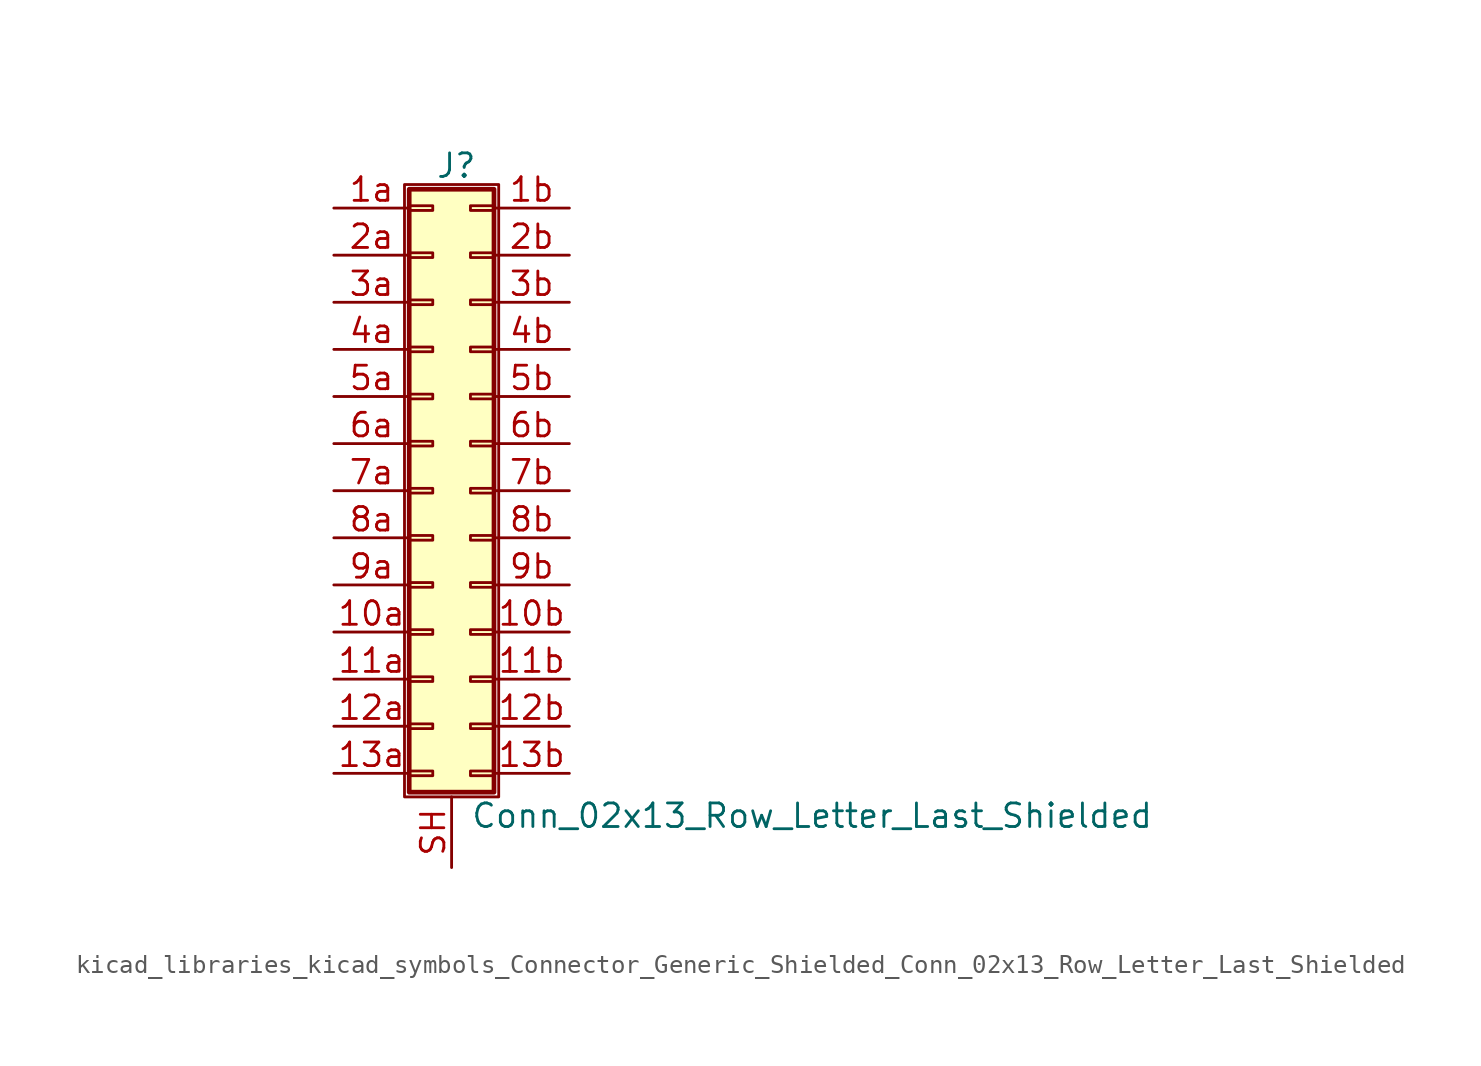
<source format=kicad_sym>
(kicad_symbol_lib
  (version 20220914)
  (generator kicad_symbol_editor)
  (symbol "kicad_libraries_kicad_symbols_Connector_Generic_Shielded_Conn_02x13_Row_Letter_Last_Shielded"
    (pin_names
      (offset 1.016) hide)
    (property "Reference" "J"
      (at 1.524 17.526 0)
      (effects (font (size 1.27 1.27))))
    (property "Value" "Conn_02x13_Row_Letter_Last_Shielded"
      (at 2.286 -17.526 0)
      (effects (font (size 1.27 1.27)) (justify left)))
    (symbol "kicad_libraries_kicad_symbols_Connector_Generic_Shielded_Conn_02x13_Row_Letter_Last_Shielded_1_1"
      (rectangle (start -1.27 16.51) (end 3.81 -16.51) (stroke (width 0.152) (type default)) (fill (type none)))
      (rectangle (start -1.016 -15.113) (end 0.254 -15.367) (stroke (width 0.152) (type default)) (fill (type none)))
      (rectangle (start -1.016 -12.573) (end 0.254 -12.827) (stroke (width 0.152) (type default)) (fill (type none)))
      (rectangle (start -1.016 -10.033) (end 0.254 -10.287) (stroke (width 0.152) (type default)) (fill (type none)))
      (rectangle (start -1.016 -7.493) (end 0.254 -7.747) (stroke (width 0.152) (type default)) (fill (type none)))
      (rectangle (start -1.016 -4.953) (end 0.254 -5.207) (stroke (width 0.152) (type default)) (fill (type none)))
      (rectangle (start -1.016 -2.413) (end 0.254 -2.667) (stroke (width 0.152) (type default)) (fill (type none)))
      (rectangle (start -1.016 0.127) (end 0.254 -0.127) (stroke (width 0.152) (type default)) (fill (type none)))
      (rectangle (start -1.016 2.667) (end 0.254 2.413) (stroke (width 0.152) (type default)) (fill (type none)))
      (rectangle (start -1.016 5.207) (end 0.254 4.953) (stroke (width 0.152) (type default)) (fill (type none)))
      (rectangle (start -1.016 7.747) (end 0.254 7.493) (stroke (width 0.152) (type default)) (fill (type none)))
      (rectangle (start -1.016 10.287) (end 0.254 10.033) (stroke (width 0.152) (type default)) (fill (type none)))
      (rectangle (start -1.016 12.827) (end 0.254 12.573) (stroke (width 0.152) (type default)) (fill (type none)))
      (rectangle (start -1.016 15.367) (end 0.254 15.113) (stroke (width 0.152) (type default)) (fill (type none)))
      (rectangle (start -1.016 16.256) (end 3.556 -16.256) (stroke (width 0.254) (type default)) (fill (type background)))
      (rectangle (start 3.556 -15.113) (end 2.286 -15.367) (stroke (width 0.152) (type default)) (fill (type none)))
      (rectangle (start 3.556 -12.573) (end 2.286 -12.827) (stroke (width 0.152) (type default)) (fill (type none)))
      (rectangle (start 3.556 -10.033) (end 2.286 -10.287) (stroke (width 0.152) (type default)) (fill (type none)))
      (rectangle (start 3.556 -7.493) (end 2.286 -7.747) (stroke (width 0.152) (type default)) (fill (type none)))
      (rectangle (start 3.556 -4.953) (end 2.286 -5.207) (stroke (width 0.152) (type default)) (fill (type none)))
      (rectangle (start 3.556 -2.413) (end 2.286 -2.667) (stroke (width 0.152) (type default)) (fill (type none)))
      (rectangle (start 3.556 0.127) (end 2.286 -0.127) (stroke (width 0.152) (type default)) (fill (type none)))
      (rectangle (start 3.556 2.667) (end 2.286 2.413) (stroke (width 0.152) (type default)) (fill (type none)))
      (rectangle (start 3.556 5.207) (end 2.286 4.953) (stroke (width 0.152) (type default)) (fill (type none)))
      (rectangle (start 3.556 7.747) (end 2.286 7.493) (stroke (width 0.152) (type default)) (fill (type none)))
      (rectangle (start 3.556 10.287) (end 2.286 10.033) (stroke (width 0.152) (type default)) (fill (type none)))
      (rectangle (start 3.556 12.827) (end 2.286 12.573) (stroke (width 0.152) (type default)) (fill (type none)))
      (rectangle (start 3.556 15.367) (end 2.286 15.113) (stroke (width 0.152) (type default)) (fill (type none)))
      (pin passive line (at -5.08 -7.62 0) (length 4.064) (name "Pin_10a" (effects (font (size 1.27 1.27)))) (number "10a" (effects (font (size 1.27 1.27)))))
      (pin passive line (at 7.62 -7.62 180) (length 4.064) (name "Pin_10b" (effects (font (size 1.27 1.27)))) (number "10b" (effects (font (size 1.27 1.27)))))
      (pin passive line (at -5.08 -10.16 0) (length 4.064) (name "Pin_11a" (effects (font (size 1.27 1.27)))) (number "11a" (effects (font (size 1.27 1.27)))))
      (pin passive line (at 7.62 -10.16 180) (length 4.064) (name "Pin_11b" (effects (font (size 1.27 1.27)))) (number "11b" (effects (font (size 1.27 1.27)))))
      (pin passive line (at -5.08 -12.7 0) (length 4.064) (name "Pin_12a" (effects (font (size 1.27 1.27)))) (number "12a" (effects (font (size 1.27 1.27)))))
      (pin passive line (at 7.62 -12.7 180) (length 4.064) (name "Pin_12b" (effects (font (size 1.27 1.27)))) (number "12b" (effects (font (size 1.27 1.27)))))
      (pin passive line (at -5.08 -15.24 0) (length 4.064) (name "Pin_13a" (effects (font (size 1.27 1.27)))) (number "13a" (effects (font (size 1.27 1.27)))))
      (pin passive line (at 7.62 -15.24 180) (length 4.064) (name "Pin_13b" (effects (font (size 1.27 1.27)))) (number "13b" (effects (font (size 1.27 1.27)))))
      (pin passive line (at -5.08 15.24 0) (length 4.064) (name "Pin_1a" (effects (font (size 1.27 1.27)))) (number "1a" (effects (font (size 1.27 1.27)))))
      (pin passive line (at 7.62 15.24 180) (length 4.064) (name "Pin_1b" (effects (font (size 1.27 1.27)))) (number "1b" (effects (font (size 1.27 1.27)))))
      (pin passive line (at -5.08 12.7 0) (length 4.064) (name "Pin_2a" (effects (font (size 1.27 1.27)))) (number "2a" (effects (font (size 1.27 1.27)))))
      (pin passive line (at 7.62 12.7 180) (length 4.064) (name "Pin_2b" (effects (font (size 1.27 1.27)))) (number "2b" (effects (font (size 1.27 1.27)))))
      (pin passive line (at -5.08 10.16 0) (length 4.064) (name "Pin_3a" (effects (font (size 1.27 1.27)))) (number "3a" (effects (font (size 1.27 1.27)))))
      (pin passive line (at 7.62 10.16 180) (length 4.064) (name "Pin_3b" (effects (font (size 1.27 1.27)))) (number "3b" (effects (font (size 1.27 1.27)))))
      (pin passive line (at -5.08 7.62 0) (length 4.064) (name "Pin_4a" (effects (font (size 1.27 1.27)))) (number "4a" (effects (font (size 1.27 1.27)))))
      (pin passive line (at 7.62 7.62 180) (length 4.064) (name "Pin_4b" (effects (font (size 1.27 1.27)))) (number "4b" (effects (font (size 1.27 1.27)))))
      (pin passive line (at -5.08 5.08 0) (length 4.064) (name "Pin_5a" (effects (font (size 1.27 1.27)))) (number "5a" (effects (font (size 1.27 1.27)))))
      (pin passive line (at 7.62 5.08 180) (length 4.064) (name "Pin_5b" (effects (font (size 1.27 1.27)))) (number "5b" (effects (font (size 1.27 1.27)))))
      (pin passive line (at -5.08 2.54 0) (length 4.064) (name "Pin_6a" (effects (font (size 1.27 1.27)))) (number "6a" (effects (font (size 1.27 1.27)))))
      (pin passive line (at 7.62 2.54 180) (length 4.064) (name "Pin_6b" (effects (font (size 1.27 1.27)))) (number "6b" (effects (font (size 1.27 1.27)))))
      (pin passive line (at -5.08 0 0) (length 4.064) (name "Pin_7a" (effects (font (size 1.27 1.27)))) (number "7a" (effects (font (size 1.27 1.27)))))
      (pin passive line (at 7.62 0 180) (length 4.064) (name "Pin_7b" (effects (font (size 1.27 1.27)))) (number "7b" (effects (font (size 1.27 1.27)))))
      (pin passive line (at -5.08 -2.54 0) (length 4.064) (name "Pin_8a" (effects (font (size 1.27 1.27)))) (number "8a" (effects (font (size 1.27 1.27)))))
      (pin passive line (at 7.62 -2.54 180) (length 4.064) (name "Pin_8b" (effects (font (size 1.27 1.27)))) (number "8b" (effects (font (size 1.27 1.27)))))
      (pin passive line (at -5.08 -5.08 0) (length 4.064) (name "Pin_9a" (effects (font (size 1.27 1.27)))) (number "9a" (effects (font (size 1.27 1.27)))))
      (pin passive line (at 7.62 -5.08 180) (length 4.064) (name "Pin_9b" (effects (font (size 1.27 1.27)))) (number "9b" (effects (font (size 1.27 1.27)))))
      (pin passive line (at 1.27 -20.32 90) (length 3.81) (name "Shield" (effects (font (size 1.27 1.27)))) (number "SH" (effects (font (size 1.27 1.27))))))))
</source>
